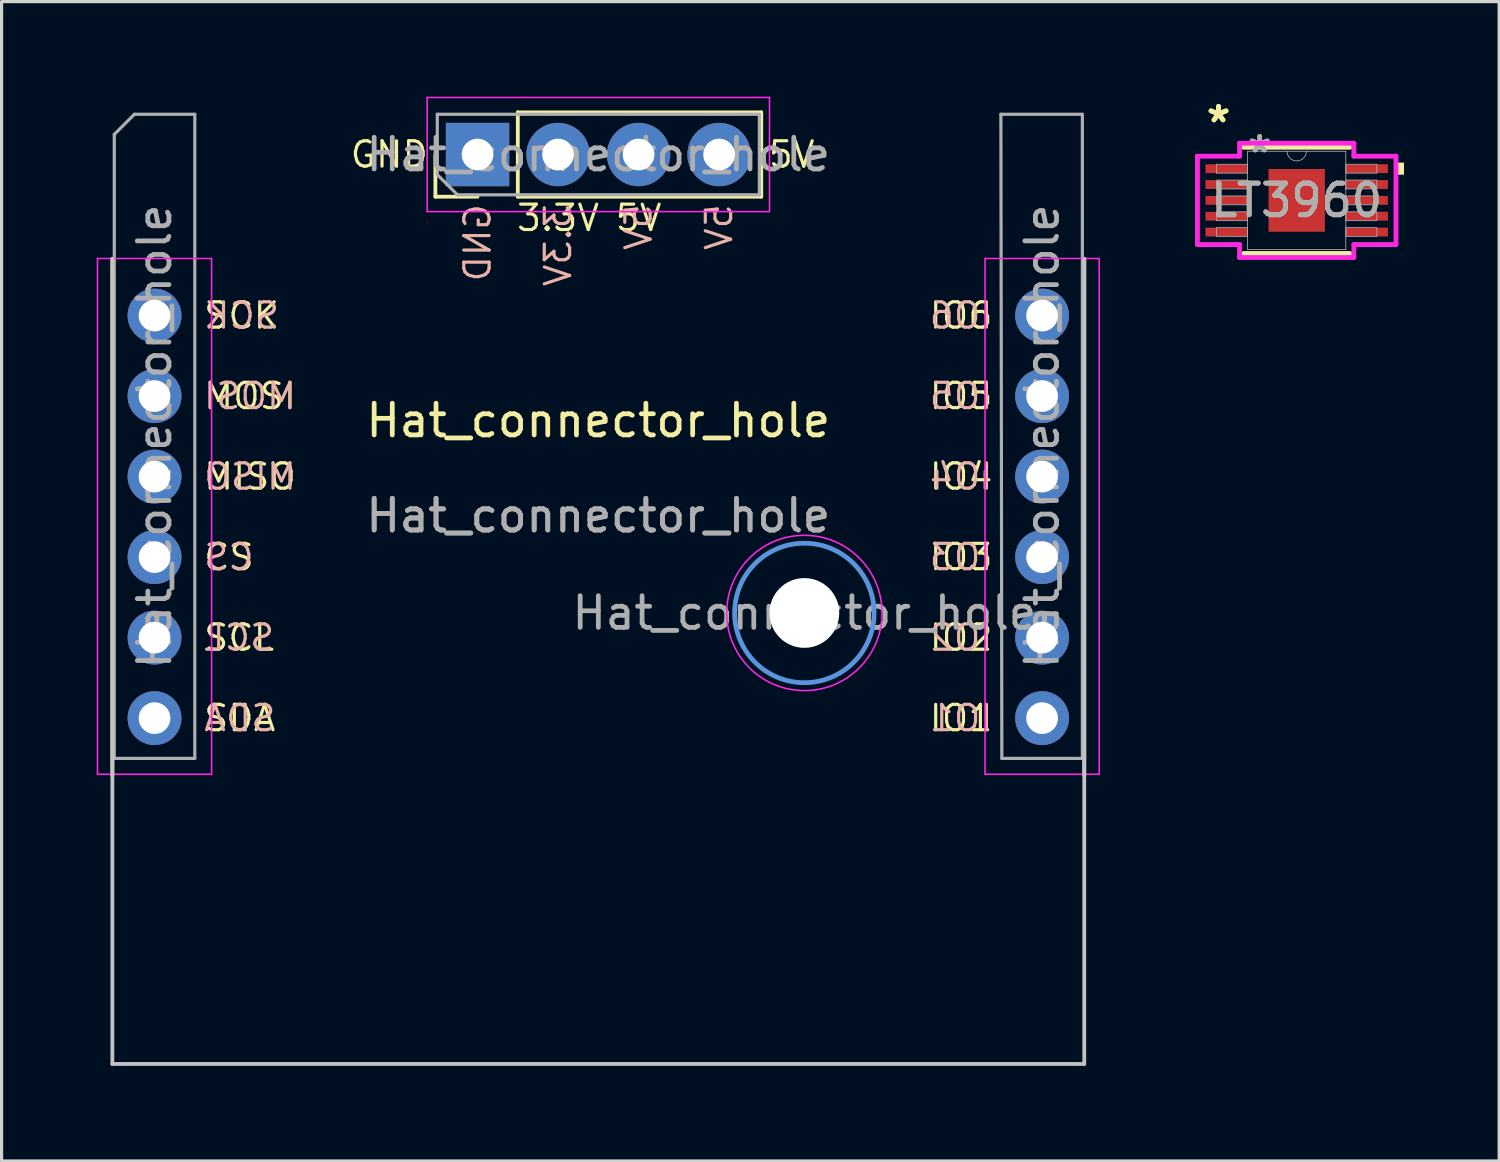
<source format=kicad_pcb>
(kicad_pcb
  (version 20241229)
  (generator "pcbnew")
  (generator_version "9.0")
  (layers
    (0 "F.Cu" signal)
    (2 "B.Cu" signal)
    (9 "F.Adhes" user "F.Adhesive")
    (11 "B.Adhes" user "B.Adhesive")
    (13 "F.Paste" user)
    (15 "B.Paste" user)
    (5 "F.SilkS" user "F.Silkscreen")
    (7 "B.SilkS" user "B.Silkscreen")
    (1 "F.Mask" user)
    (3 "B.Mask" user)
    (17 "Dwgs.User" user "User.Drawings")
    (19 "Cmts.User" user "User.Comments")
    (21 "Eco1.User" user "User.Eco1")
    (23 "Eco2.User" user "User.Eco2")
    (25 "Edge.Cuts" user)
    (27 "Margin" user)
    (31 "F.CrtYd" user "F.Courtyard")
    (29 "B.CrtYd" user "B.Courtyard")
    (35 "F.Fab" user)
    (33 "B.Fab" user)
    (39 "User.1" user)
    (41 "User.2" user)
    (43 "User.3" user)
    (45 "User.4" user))
  (footprint "LT3960"
    (layer "F.Cu")
    (at 37.857 3.271)
    (property "Reference" "LT3960" (at 0 0 0) (unlocked yes) (layer "F.SilkS") (effects (font (size 1 1) (thickness 0.15))))
    (attr smd)
    (fp_line (start -1.676 1.676) (end 1.676 1.676) (stroke (width 0.152) (type solid)) (layer "F.SilkS"))
    (fp_line (start 1.676 -1.676) (end -1.676 -1.676) (stroke (width 0.152) (type solid)) (layer "F.SilkS"))
    (fp_poly (pts (xy 3.385 -1.191) (xy 3.385 -0.81) (xy 3.131 -0.81) (xy 3.131 -1.191)) (stroke (width 0) (type solid)) (fill yes) (layer "F.SilkS"))
    (fp_line (start -3.131 -1.394) (end -1.803 -1.394) (stroke (width 0.152) (type solid)) (layer "F.CrtYd"))
    (fp_line (start -3.131 1.394) (end -3.131 -1.394) (stroke (width 0.152) (type solid)) (layer "F.CrtYd"))
    (fp_line (start -3.131 1.394) (end -1.803 1.394) (stroke (width 0.152) (type solid)) (layer "F.CrtYd"))
    (fp_line (start -1.803 -1.803) (end 1.803 -1.803) (stroke (width 0.152) (type solid)) (layer "F.CrtYd"))
    (fp_line (start -1.803 -1.394) (end -1.803 -1.803) (stroke (width 0.152) (type solid)) (layer "F.CrtYd"))
    (fp_line (start -1.803 1.803) (end -1.803 1.394) (stroke (width 0.152) (type solid)) (layer "F.CrtYd"))
    (fp_line (start 1.803 -1.803) (end 1.803 -1.394) (stroke (width 0.152) (type solid)) (layer "F.CrtYd"))
    (fp_line (start 1.803 1.394) (end 1.803 1.803) (stroke (width 0.152) (type solid)) (layer "F.CrtYd"))
    (fp_line (start 1.803 1.803) (end -1.803 1.803) (stroke (width 0.152) (type solid)) (layer "F.CrtYd"))
    (fp_line (start 3.131 -1.394) (end 1.803 -1.394) (stroke (width 0.152) (type solid)) (layer "F.CrtYd"))
    (fp_line (start 3.131 -1.394) (end 3.131 1.394) (stroke (width 0.152) (type solid)) (layer "F.CrtYd"))
    (fp_line (start 3.131 1.394) (end 1.803 1.394) (stroke (width 0.152) (type solid)) (layer "F.CrtYd"))
    (fp_line (start -2.527 -1.14) (end -2.527 -0.86) (stroke (width 0.025) (type solid)) (layer "F.Fab"))
    (fp_line (start -2.527 -0.86) (end -1.549 -0.86) (stroke (width 0.025) (type solid)) (layer "F.Fab"))
    (fp_line (start -2.527 -0.64) (end -2.527 -0.36) (stroke (width 0.025) (type solid)) (layer "F.Fab"))
    (fp_line (start -2.527 -0.36) (end -1.549 -0.36) (stroke (width 0.025) (type solid)) (layer "F.Fab"))
    (fp_line (start -2.527 -0.14) (end -2.527 0.14) (stroke (width 0.025) (type solid)) (layer "F.Fab"))
    (fp_line (start -2.527 0.14) (end -1.549 0.14) (stroke (width 0.025) (type solid)) (layer "F.Fab"))
    (fp_line (start -2.527 0.36) (end -2.527 0.64) (stroke (width 0.025) (type solid)) (layer "F.Fab"))
    (fp_line (start -2.527 0.64) (end -1.549 0.64) (stroke (width 0.025) (type solid)) (layer "F.Fab"))
    (fp_line (start -2.527 0.86) (end -2.527 1.14) (stroke (width 0.025) (type solid)) (layer "F.Fab"))
    (fp_line (start -2.527 1.14) (end -1.549 1.14) (stroke (width 0.025) (type solid)) (layer "F.Fab"))
    (fp_line (start -1.549 -1.549) (end -1.549 1.549) (stroke (width 0.025) (type solid)) (layer "F.Fab"))
    (fp_line (start -1.549 -1.14) (end -2.527 -1.14) (stroke (width 0.025) (type solid)) (layer "F.Fab"))
    (fp_line (start -1.549 -0.86) (end -1.549 -1.14) (stroke (width 0.025) (type solid)) (layer "F.Fab"))
    (fp_line (start -1.549 -0.64) (end -2.527 -0.64) (stroke (width 0.025) (type solid)) (layer "F.Fab"))
    (fp_line (start -1.549 -0.36) (end -1.549 -0.64) (stroke (width 0.025) (type solid)) (layer "F.Fab"))
    (fp_line (start -1.549 -0.14) (end -2.527 -0.14) (stroke (width 0.025) (type solid)) (layer "F.Fab"))
    (fp_line (start -1.549 0.14) (end -1.549 -0.14) (stroke (width 0.025) (type solid)) (layer "F.Fab"))
    (fp_line (start -1.549 0.36) (end -2.527 0.36) (stroke (width 0.025) (type solid)) (layer "F.Fab"))
    (fp_line (start -1.549 0.64) (end -1.549 0.36) (stroke (width 0.025) (type solid)) (layer "F.Fab"))
    (fp_line (start -1.549 0.86) (end -2.527 0.86) (stroke (width 0.025) (type solid)) (layer "F.Fab"))
    (fp_line (start -1.549 1.14) (end -1.549 0.86) (stroke (width 0.025) (type solid)) (layer "F.Fab"))
    (fp_line (start -1.549 1.549) (end 1.549 1.549) (stroke (width 0.025) (type solid)) (layer "F.Fab"))
    (fp_line (start 1.549 -1.549) (end -1.549 -1.549) (stroke (width 0.025) (type solid)) (layer "F.Fab"))
    (fp_line (start 1.549 -1.14) (end 1.549 -0.86) (stroke (width 0.025) (type solid)) (layer "F.Fab"))
    (fp_line (start 1.549 -0.86) (end 2.527 -0.86) (stroke (width 0.025) (type solid)) (layer "F.Fab"))
    (fp_line (start 1.549 -0.64) (end 1.549 -0.36) (stroke (width 0.025) (type solid)) (layer "F.Fab"))
    (fp_line (start 1.549 -0.36) (end 2.527 -0.36) (stroke (width 0.025) (type solid)) (layer "F.Fab"))
    (fp_line (start 1.549 -0.14) (end 1.549 0.14) (stroke (width 0.025) (type solid)) (layer "F.Fab"))
    (fp_line (start 1.549 0.14) (end 2.527 0.14) (stroke (width 0.025) (type solid)) (layer "F.Fab"))
    (fp_line (start 1.549 0.36) (end 1.549 0.64) (stroke (width 0.025) (type solid)) (layer "F.Fab"))
    (fp_line (start 1.549 0.64) (end 2.527 0.64) (stroke (width 0.025) (type solid)) (layer "F.Fab"))
    (fp_line (start 1.549 0.86) (end 1.549 1.14) (stroke (width 0.025) (type solid)) (layer "F.Fab"))
    (fp_line (start 1.549 1.14) (end 2.527 1.14) (stroke (width 0.025) (type solid)) (layer "F.Fab"))
    (fp_line (start 1.549 1.549) (end 1.549 -1.549) (stroke (width 0.025) (type solid)) (layer "F.Fab"))
    (fp_line (start 2.527 -1.14) (end 1.549 -1.14) (stroke (width 0.025) (type solid)) (layer "F.Fab"))
    (fp_line (start 2.527 -0.86) (end 2.527 -1.14) (stroke (width 0.025) (type solid)) (layer "F.Fab"))
    (fp_line (start 2.527 -0.64) (end 1.549 -0.64) (stroke (width 0.025) (type solid)) (layer "F.Fab"))
    (fp_line (start 2.527 -0.36) (end 2.527 -0.64) (stroke (width 0.025) (type solid)) (layer "F.Fab"))
    (fp_line (start 2.527 -0.14) (end 1.549 -0.14) (stroke (width 0.025) (type solid)) (layer "F.Fab"))
    (fp_line (start 2.527 0.14) (end 2.527 -0.14) (stroke (width 0.025) (type solid)) (layer "F.Fab"))
    (fp_line (start 2.527 0.36) (end 1.549 0.36) (stroke (width 0.025) (type solid)) (layer "F.Fab"))
    (fp_line (start 2.527 0.64) (end 2.527 0.36) (stroke (width 0.025) (type solid)) (layer "F.Fab"))
    (fp_line (start 2.527 0.86) (end 1.549 0.86) (stroke (width 0.025) (type solid)) (layer "F.Fab"))
    (fp_line (start 2.527 1.14) (end 2.527 0.86) (stroke (width 0.025) (type solid)) (layer "F.Fab"))
    (fp_arc (start 0.3048 -1.5494) (mid 0 -1.2446) (end -0.3048 -1.5494) (stroke (width 0.0254) (type solid)) (layer "F.Fab"))
    (fp_text user "*" (at -2.467 -2.422 0) (layer "F.SilkS") (effects (font (size 1 1) (thickness 0.15))))
    (fp_text user "*" (at -2.467 -2.422 0) (unlocked yes) (layer "F.SilkS") (effects (font (size 1 1) (thickness 0.15))))
    (fp_text user "${REFERENCE}" (at 0 0 0) (unlocked yes) (layer "F.Fab") (effects (font (size 1 1) (thickness 0.15))))
    (fp_text user "*" (at -1.168 -1.473 0) (unlocked yes) (layer "F.Fab") (effects (font (size 1 1) (thickness 0.15))))
    (fp_text user "*" (at -1.168 -1.473 0) (layer "F.Fab") (effects (font (size 1 1) (thickness 0.15))))
    (pad "1" smd rect (at -2.213 -1) (size 1.328 0.279) (layers "F.Cu" "F.Mask" "F.Paste"))
    (pad "2" smd rect (at -2.213 -0.5) (size 1.328 0.279) (layers "F.Cu" "F.Mask" "F.Paste"))
    (pad "3" smd rect (at -2.213 0) (size 1.328 0.279) (layers "F.Cu" "F.Mask" "F.Paste"))
    (pad "4" smd rect (at -2.213 0.5) (size 1.328 0.279) (layers "F.Cu" "F.Mask" "F.Paste"))
    (pad "5" smd rect (at -2.213 1) (size 1.328 0.279) (layers "F.Cu" "F.Mask" "F.Paste"))
    (pad "6" smd rect (at 2.213 1) (size 1.328 0.279) (layers "F.Cu" "F.Mask" "F.Paste"))
    (pad "7" smd rect (at 2.213 0.5) (size 1.328 0.279) (layers "F.Cu" "F.Mask" "F.Paste"))
    (pad "8" smd rect (at 2.213 0) (size 1.328 0.279) (layers "F.Cu" "F.Mask" "F.Paste"))
    (pad "9" smd rect (at 2.213 -0.5) (size 1.328 0.279) (layers "F.Cu" "F.Mask" "F.Paste"))
    (pad "10" smd rect (at 2.213 -1) (size 1.328 0.279) (layers "F.Cu" "F.Mask" "F.Paste"))
    (pad "11" smd rect (at 0 0) (size 1.778 1.981) (layers "F.Cu" "F.Mask" "F.Paste")))
  (footprint "Hat_connector_hole"
    (layer "F.Cu")
    (at 15.825 10.715)
    (property "Reference" "Hat_connector_hole" (at 0 -0.5 0) (unlocked yes) (layer "F.SilkS") (effects (font (size 1 1) (thickness 0.15))))
    (attr through_hole)
    (fp_line (start -15.33 -5.6) (end -15.33 10.7) (stroke (width 0.12) (type solid)) (layer "F.SilkS"))
    (fp_line (start -5.14 -7.56) (end -5.14 -8.89) (stroke (width 0.12) (type solid)) (layer "F.SilkS"))
    (fp_line (start -3.81 -7.56) (end -5.14 -7.56) (stroke (width 0.12) (type solid)) (layer "F.SilkS"))
    (fp_line (start -2.54 -10.22) (end 5.14 -10.22) (stroke (width 0.12) (type solid)) (layer "F.SilkS"))
    (fp_line (start -2.54 -7.56) (end -2.54 -10.22) (stroke (width 0.12) (type solid)) (layer "F.SilkS"))
    (fp_line (start -2.54 -7.56) (end 5.14 -7.56) (stroke (width 0.12) (type solid)) (layer "F.SilkS"))
    (fp_line (start 5.14 -7.56) (end 5.14 -10.22) (stroke (width 0.12) (type solid)) (layer "F.SilkS"))
    (fp_line (start 15.33 -5.6) (end 15.33 10.7) (stroke (width 0.12) (type solid)) (layer "F.SilkS"))
    (fp_line (start -15.33 -5.6) (end -15.33 19.8) (stroke (width 0.12) (type solid)) (layer "Dwgs.User"))
    (fp_line (start -15.33 19.8) (end 15.33 19.8) (stroke (width 0.12) (type solid)) (layer "Dwgs.User"))
    (fp_line (start 15.33 -5.6) (end 15.33 19.8) (stroke (width 0.12) (type solid)) (layer "Dwgs.User"))
    (fp_circle (center 6.5 5.572) (end 8.7 5.572) (stroke (width 0.15) (type solid)) (fill no) (layer "Cmts.User"))
    (fp_line (start -15.8 -5.61) (end -15.8 10.66) (stroke (width 0.05) (type solid)) (layer "F.CrtYd"))
    (fp_line (start -15.8 10.66) (end -12.2 10.66) (stroke (width 0.05) (type solid)) (layer "F.CrtYd"))
    (fp_line (start -12.2 -5.61) (end -15.8 -5.61) (stroke (width 0.05) (type solid)) (layer "F.CrtYd"))
    (fp_line (start -12.2 10.66) (end -12.2 -5.61) (stroke (width 0.05) (type solid)) (layer "F.CrtYd"))
    (fp_line (start -5.4 -10.69) (end -5.4 -7.09) (stroke (width 0.05) (type solid)) (layer "F.CrtYd"))
    (fp_line (start -5.4 -7.09) (end 5.4 -7.09) (stroke (width 0.05) (type solid)) (layer "F.CrtYd"))
    (fp_line (start 5.4 -10.69) (end -5.4 -10.69) (stroke (width 0.05) (type solid)) (layer "F.CrtYd"))
    (fp_line (start 5.4 -7.09) (end 5.4 -10.69) (stroke (width 0.05) (type solid)) (layer "F.CrtYd"))
    (fp_line (start 12.2 -5.61) (end 12.2 10.66) (stroke (width 0.05) (type solid)) (layer "F.CrtYd"))
    (fp_line (start 12.2 10.66) (end 15.8 10.66) (stroke (width 0.05) (type solid)) (layer "F.CrtYd"))
    (fp_line (start 15.8 -5.61) (end 12.2 -5.61) (stroke (width 0.05) (type solid)) (layer "F.CrtYd"))
    (fp_line (start 15.8 10.66) (end 15.8 -5.61) (stroke (width 0.05) (type solid)) (layer "F.CrtYd"))
    (fp_circle (center 6.5 5.572) (end 8.95 5.572) (stroke (width 0.05) (type solid)) (fill no) (layer "F.CrtYd"))
    (fp_line (start -15.27 -9.525) (end -14.635 -10.16) (stroke (width 0.1) (type solid)) (layer "F.Fab"))
    (fp_line (start -15.27 10.16) (end -15.27 -9.525) (stroke (width 0.1) (type solid)) (layer "F.Fab"))
    (fp_line (start -14.635 -10.16) (end -12.73 -10.16) (stroke (width 0.1) (type solid)) (layer "F.Fab"))
    (fp_line (start -12.73 -10.16) (end -12.73 10.16) (stroke (width 0.1) (type solid)) (layer "F.Fab"))
    (fp_line (start -12.73 10.16) (end -15.27 10.16) (stroke (width 0.1) (type solid)) (layer "F.Fab"))
    (fp_line (start -5.08 -10.16) (end 5.08 -10.16) (stroke (width 0.1) (type solid)) (layer "F.Fab"))
    (fp_line (start -5.08 -8.255) (end -5.08 -10.16) (stroke (width 0.1) (type solid)) (layer "F.Fab"))
    (fp_line (start -4.445 -7.62) (end -5.08 -8.255) (stroke (width 0.1) (type solid)) (layer "F.Fab"))
    (fp_line (start 5.08 -10.16) (end 5.08 -7.62) (stroke (width 0.1) (type solid)) (layer "F.Fab"))
    (fp_line (start 5.08 -7.62) (end -4.445 -7.62) (stroke (width 0.1) (type solid)) (layer "F.Fab"))
    (fp_line (start 12.7 -10.16) (end 15.27 -10.16) (stroke (width 0.1) (type solid)) (layer "F.Fab"))
    (fp_line (start 12.73 10.16) (end 12.7 -10.16) (stroke (width 0.1) (type solid)) (layer "F.Fab"))
    (fp_line (start 12.73 10.16) (end 15.27 10.16) (stroke (width 0.1) (type solid)) (layer "F.Fab"))
    (fp_line (start 15.27 -10.16) (end 15.27 10.16) (stroke (width 0.1) (type solid)) (layer "F.Fab"))
    (fp_text user "3.3V" (at -1.27 -6.89 0) (unlocked yes) (layer "F.SilkS") (effects (font (size 0.8 0.8) (thickness 0.1))))
    (fp_text user "IO4" (at 12.5 1.27 0) (unlocked yes) (layer "F.SilkS") (effects (font (size 0.8 0.8) (thickness 0.1)) (justify right)))
    (fp_text user "MOSI" (at -12.5 -1.27 0) (unlocked yes) (layer "F.SilkS") (effects (font (size 0.8 0.8) (thickness 0.1)) (justify left)))
    (fp_text user "SCL" (at -12.5 6.35 0) (unlocked yes) (layer "F.SilkS") (effects (font (size 0.8 0.8) (thickness 0.1)) (justify left)))
    (fp_text user "5V" (at 1.27 -6.89 0) (unlocked yes) (layer "F.SilkS") (effects (font (size 0.8 0.8) (thickness 0.1))))
    (fp_text user "SCK" (at -12.5 -3.81 0) (unlocked yes) (layer "F.SilkS") (effects (font (size 0.8 0.8) (thickness 0.1)) (justify left)))
    (fp_text user "IO3" (at 12.5 3.81 0) (unlocked yes) (layer "F.SilkS") (effects (font (size 0.8 0.8) (thickness 0.1)) (justify right)))
    (fp_text user "5V" (at 5.31 -8.89 0) (unlocked yes) (layer "F.SilkS") (effects (font (size 0.8 0.8) (thickness 0.1)) (justify left)))
    (fp_text user "SDA" (at -12.5 8.89 0) (unlocked yes) (layer "F.SilkS") (effects (font (size 0.8 0.8) (thickness 0.1)) (justify left)))
    (fp_text user "IO5" (at 12.5 -1.27 0) (unlocked yes) (layer "F.SilkS") (effects (font (size 0.8 0.8) (thickness 0.1)) (justify right)))
    (fp_text user "IO1" (at 12.5 8.89 0) (unlocked yes) (layer "F.SilkS") (effects (font (size 0.8 0.8) (thickness 0.1)) (justify right)))
    (fp_text user "IO2" (at 12.5 6.35 0) (unlocked yes) (layer "F.SilkS") (effects (font (size 0.8 0.8) (thickness 0.1)) (justify right)))
    (fp_text user "IO6" (at 12.5 -3.81 0) (unlocked yes) (layer "F.SilkS") (effects (font (size 0.8 0.8) (thickness 0.1)) (justify right)))
    (fp_text user "CS" (at -12.5 3.81 0) (unlocked yes) (layer "F.SilkS") (effects (font (size 0.8 0.8) (thickness 0.1)) (justify left)))
    (fp_text user "GND" (at -5.31 -8.89 0) (unlocked yes) (layer "F.SilkS") (effects (font (size 0.8 0.8) (thickness 0.1)) (justify right)))
    (fp_text user "MISO" (at -12.5 1.27 0) (unlocked yes) (layer "F.SilkS") (effects (font (size 0.8 0.8) (thickness 0.1)) (justify left)))
    (fp_text user "IO1" (at 12.5 8.89 0) (unlocked yes) (layer "B.SilkS") (effects (font (size 0.8 0.8) (thickness 0.1)) (justify left mirror)))
    (fp_text user "5V" (at 3.81 -7.39 90) (unlocked yes) (layer "B.SilkS") (effects (font (size 0.8 0.8) (thickness 0.1)) (justify left mirror)))
    (fp_text user "3.3V" (at -1.27 -7.39 90) (unlocked yes) (layer "B.SilkS") (effects (font (size 0.8 0.8) (thickness 0.1)) (justify left mirror)))
    (fp_text user "SCK" (at -12.5 -3.81 0) (unlocked yes) (layer "B.SilkS") (effects (font (size 0.8 0.8) (thickness 0.1)) (justify right mirror)))
    (fp_text user "MOSI" (at -12.5 -1.27 0) (unlocked yes) (layer "B.SilkS") (effects (font (size 0.8 0.8) (thickness 0.1)) (justify right mirror)))
    (fp_text user "IO3" (at 12.5 3.81 0) (unlocked yes) (layer "B.SilkS") (effects (font (size 0.8 0.8) (thickness 0.1)) (justify left mirror)))
    (fp_text user "IO2" (at 12.5 6.35 0) (unlocked yes) (layer "B.SilkS") (effects (font (size 0.8 0.8) (thickness 0.1)) (justify left mirror)))
    (fp_text user "5V" (at 1.27 -7.39 90) (unlocked yes) (layer "B.SilkS") (effects (font (size 0.8 0.8) (thickness 0.1)) (justify left mirror)))
    (fp_text user "GND" (at -3.81 -7.39 90) (unlocked yes) (layer "B.SilkS") (effects (font (size 0.8 0.8) (thickness 0.1)) (justify left mirror)))
    (fp_text user "SDA" (at -12.5 8.89 0) (unlocked yes) (layer "B.SilkS") (effects (font (size 0.8 0.8) (thickness 0.1)) (justify right mirror)))
    (fp_text user "IO5" (at 12.5 -1.27 0) (unlocked yes) (layer "B.SilkS") (effects (font (size 0.8 0.8) (thickness 0.1)) (justify left mirror)))
    (fp_text user "IO6" (at 12.5 -3.81 0) (unlocked yes) (layer "B.SilkS") (effects (font (size 0.8 0.8) (thickness 0.1)) (justify left mirror)))
    (fp_text user "IO4" (at 12.5 1.27 0) (unlocked yes) (layer "B.SilkS") (effects (font (size 0.8 0.8) (thickness 0.1)) (justify left mirror)))
    (fp_text user "SCL" (at -12.5 6.35 0) (unlocked yes) (layer "B.SilkS") (effects (font (size 0.8 0.8) (thickness 0.1)) (justify right mirror)))
    (fp_text user "CS" (at -12.5 3.81 0) (unlocked yes) (layer "B.SilkS") (effects (font (size 0.8 0.8) (thickness 0.1)) (justify right mirror)))
    (fp_text user "MISO" (at -12.5 1.27 0) (unlocked yes) (layer "B.SilkS") (effects (font (size 0.8 0.8) (thickness 0.1)) (justify right mirror)))
    (fp_text user "${REFERENCE}" (at -14 0 90) (layer "F.Fab") (effects (font (size 1 1) (thickness 0.15))))
    (fp_text user "${REFERENCE}" (at 0 2.5 0) (unlocked yes) (layer "F.Fab") (effects (font (size 1 1) (thickness 0.15))))
    (fp_text user "${REFERENCE}" (at 0 -8.89 180) (layer "F.Fab") (effects (font (size 1 1) (thickness 0.15))))
    (fp_text user "${REFERENCE}" (at 0 2.5 0) (unlocked yes) (layer "F.Fab") (effects (font (size 1 1) (thickness 0.15))))
    (fp_text user "${REFERENCE}" (at 6.5 5.572 0) (layer "F.Fab") (effects (font (size 1 1) (thickness 0.15))))
    (fp_text user "${REFERENCE}" (at 14 0 90) (layer "F.Fab") (effects (font (size 1 1) (thickness 0.15))))
    (pad "" np_thru_hole circle (at 6.5 5.572) (size 2.2 2.2) (drill 2.2) (layers "*.Cu" "*.Mask"))
    (pad "1" thru_hole rect (at -3.81 -8.89 90) (size 2 2) (drill 1) (layers "*.Cu" "*.Mask"))
    (pad "2" thru_hole oval (at -1.27 -8.89 90) (size 2 2) (drill 1) (layers "*.Cu" "*.Mask"))
    (pad "3" thru_hole oval (at -14 -3.81) (size 1.7 1.7) (drill 1) (layers "*.Cu" "*.Mask"))
    (pad "4" thru_hole oval (at -14 -1.27) (size 1.7 1.7) (drill 1) (layers "*.Cu" "*.Mask"))
    (pad "5" thru_hole oval (at -14 1.27) (size 1.7 1.7) (drill 1) (layers "*.Cu" "*.Mask"))
    (pad "6" thru_hole oval (at -14 3.81) (size 1.7 1.7) (drill 1) (layers "*.Cu" "*.Mask"))
    (pad "7" thru_hole oval (at -14 6.35) (size 1.7 1.7) (drill 1) (layers "*.Cu" "*.Mask"))
    (pad "8" thru_hole oval (at -14 8.89) (size 1.7 1.7) (drill 1) (layers "*.Cu" "*.Mask"))
    (pad "9" thru_hole oval (at 14 8.89) (size 1.7 1.7) (drill 1) (layers "*.Cu" "*.Mask"))
    (pad "10" thru_hole oval (at 14 6.35) (size 1.7 1.7) (drill 1) (layers "*.Cu" "*.Mask"))
    (pad "11" thru_hole oval (at 14 3.81) (size 1.7 1.7) (drill 1) (layers "*.Cu" "*.Mask"))
    (pad "12" thru_hole oval (at 14 1.27) (size 1.7 1.7) (drill 1) (layers "*.Cu" "*.Mask"))
    (pad "13" thru_hole oval (at 14 -1.27) (size 1.7 1.7) (drill 1) (layers "*.Cu" "*.Mask"))
    (pad "14" thru_hole oval (at 14 -3.81) (size 1.7 1.7) (drill 1) (layers "*.Cu" "*.Mask"))
    (pad "15" thru_hole oval (at 1.27 -8.89 90) (size 2 2) (drill 1) (layers "*.Cu" "*.Mask"))
    (pad "16" thru_hole oval (at 3.81 -8.89 90) (size 2 2) (drill 1) (layers "*.Cu" "*.Mask")))
  (gr_rect
    (start -3 -3)
    (end 44.243 33.575)
    (stroke (width 0.1) (type default))
    (fill no)
    (layer "Edge.Cuts")))
</source>
